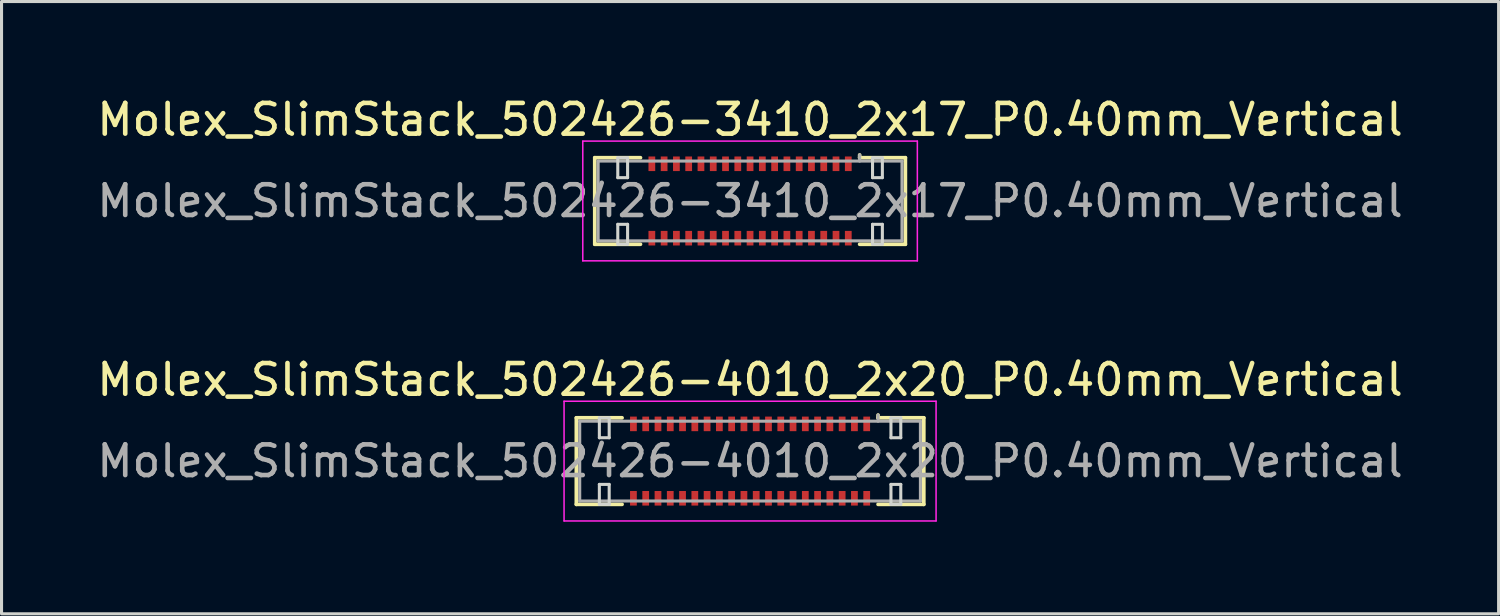
<source format=kicad_pcb>
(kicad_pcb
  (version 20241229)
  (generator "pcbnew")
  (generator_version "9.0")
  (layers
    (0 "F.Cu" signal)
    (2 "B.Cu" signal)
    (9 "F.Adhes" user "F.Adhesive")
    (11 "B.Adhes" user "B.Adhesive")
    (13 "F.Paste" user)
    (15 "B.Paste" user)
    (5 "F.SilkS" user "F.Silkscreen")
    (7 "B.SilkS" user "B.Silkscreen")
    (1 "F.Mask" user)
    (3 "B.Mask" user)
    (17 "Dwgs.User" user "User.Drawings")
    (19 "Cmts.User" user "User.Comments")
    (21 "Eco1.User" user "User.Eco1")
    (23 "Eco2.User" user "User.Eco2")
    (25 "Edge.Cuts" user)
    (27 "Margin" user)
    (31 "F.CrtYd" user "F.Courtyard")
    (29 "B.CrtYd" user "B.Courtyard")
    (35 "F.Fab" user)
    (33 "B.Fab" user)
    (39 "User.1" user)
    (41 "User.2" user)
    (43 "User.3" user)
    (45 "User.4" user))
  (footprint "Molex_SlimStack_502426-3410_2x17_P0.40mm_Vertical"
    (layer "F.Cu")
    (at 21.387 3.498)
    (property "Reference" "Molex_SlimStack_502426-3410_2x17_P0.40mm_Vertical" (at 0 -2.65 0) (layer "F.SilkS") (effects (font (size 1 1) (thickness 0.15))))
    (attr smd)
    (fp_line (start -5.06 -1.41) (end -3.57 -1.41) (stroke (width 0.12) (type solid)) (layer "F.SilkS"))
    (fp_line (start -5.06 1.41) (end -5.06 -1.41) (stroke (width 0.12) (type solid)) (layer "F.SilkS"))
    (fp_line (start -3.57 1.41) (end -5.06 1.41) (stroke (width 0.12) (type solid)) (layer "F.SilkS"))
    (fp_line (start 3.57 -1.41) (end 3.57 -1.5) (stroke (width 0.12) (type solid)) (layer "F.SilkS"))
    (fp_line (start 3.57 1.41) (end 5.06 1.41) (stroke (width 0.12) (type solid)) (layer "F.SilkS"))
    (fp_line (start 5.06 -1.41) (end 3.57 -1.41) (stroke (width 0.12) (type solid)) (layer "F.SilkS"))
    (fp_line (start 5.06 1.41) (end 5.06 -1.41) (stroke (width 0.12) (type solid)) (layer "F.SilkS"))
    (fp_line (start -4.31 -1.41) (end -4.31 -0.76) (stroke (width 0.1) (type solid)) (layer "Edge.Cuts"))
    (fp_line (start -4.31 -0.76) (end -3.99 -0.76) (stroke (width 0.1) (type solid)) (layer "Edge.Cuts"))
    (fp_line (start -4.31 0.76) (end -4.31 1.41) (stroke (width 0.1) (type solid)) (layer "Edge.Cuts"))
    (fp_line (start -4.31 1.41) (end -3.99 1.41) (stroke (width 0.1) (type solid)) (layer "Edge.Cuts"))
    (fp_line (start -3.99 -1.41) (end -4.31 -1.41) (stroke (width 0.1) (type solid)) (layer "Edge.Cuts"))
    (fp_line (start -3.99 -0.76) (end -3.99 -1.41) (stroke (width 0.1) (type solid)) (layer "Edge.Cuts"))
    (fp_line (start -3.99 0.76) (end -4.31 0.76) (stroke (width 0.1) (type solid)) (layer "Edge.Cuts"))
    (fp_line (start -3.99 1.41) (end -3.99 0.76) (stroke (width 0.1) (type solid)) (layer "Edge.Cuts"))
    (fp_line (start 3.99 -1.41) (end 3.99 -0.76) (stroke (width 0.1) (type solid)) (layer "Edge.Cuts"))
    (fp_line (start 3.99 -0.76) (end 4.31 -0.76) (stroke (width 0.1) (type solid)) (layer "Edge.Cuts"))
    (fp_line (start 3.99 0.76) (end 3.99 1.41) (stroke (width 0.1) (type solid)) (layer "Edge.Cuts"))
    (fp_line (start 3.99 1.41) (end 4.31 1.41) (stroke (width 0.1) (type solid)) (layer "Edge.Cuts"))
    (fp_line (start 4.31 -1.41) (end 3.99 -1.41) (stroke (width 0.1) (type solid)) (layer "Edge.Cuts"))
    (fp_line (start 4.31 -0.76) (end 4.31 -1.41) (stroke (width 0.1) (type solid)) (layer "Edge.Cuts"))
    (fp_line (start 4.31 0.76) (end 3.99 0.76) (stroke (width 0.1) (type solid)) (layer "Edge.Cuts"))
    (fp_line (start 4.31 1.41) (end 4.31 0.76) (stroke (width 0.1) (type solid)) (layer "Edge.Cuts"))
    (fp_line (start -5.45 -1.95) (end -5.45 1.95) (stroke (width 0.05) (type solid)) (layer "F.CrtYd"))
    (fp_line (start -5.45 1.95) (end 5.45 1.95) (stroke (width 0.05) (type solid)) (layer "F.CrtYd"))
    (fp_line (start 5.45 -1.95) (end -5.45 -1.95) (stroke (width 0.05) (type solid)) (layer "F.CrtYd"))
    (fp_line (start 5.45 1.95) (end 5.45 -1.95) (stroke (width 0.05) (type solid)) (layer "F.CrtYd"))
    (fp_line (start -4.95 -1.3) (end -4.95 1.3) (stroke (width 0.1) (type solid)) (layer "F.Fab"))
    (fp_line (start -4.95 1.3) (end 4.95 1.3) (stroke (width 0.1) (type solid)) (layer "F.Fab"))
    (fp_line (start 3.57 -1.3) (end 3.57 -1.5) (stroke (width 0.1) (type solid)) (layer "F.Fab"))
    (fp_line (start 4.95 -1.3) (end -4.95 -1.3) (stroke (width 0.1) (type solid)) (layer "F.Fab"))
    (fp_line (start 4.95 1.3) (end 4.95 -1.3) (stroke (width 0.1) (type solid)) (layer "F.Fab"))
    (fp_text user "${REFERENCE}" (at 0 0 0) (layer "F.Fab") (effects (font (size 1 1) (thickness 0.15))))
    (pad "1" smd rect (at 3.2 -1.212) (size 0.22 0.475) (layers "F.Cu" "F.Mask" "F.Paste"))
    (pad "2" smd rect (at 3.2 1.212) (size 0.22 0.475) (layers "F.Cu" "F.Mask" "F.Paste"))
    (pad "3" smd rect (at 2.8 -1.212) (size 0.22 0.475) (layers "F.Cu" "F.Mask" "F.Paste"))
    (pad "4" smd rect (at 2.8 1.212) (size 0.22 0.475) (layers "F.Cu" "F.Mask" "F.Paste"))
    (pad "5" smd rect (at 2.4 -1.212) (size 0.22 0.475) (layers "F.Cu" "F.Mask" "F.Paste"))
    (pad "6" smd rect (at 2.4 1.212) (size 0.22 0.475) (layers "F.Cu" "F.Mask" "F.Paste"))
    (pad "7" smd rect (at 2 -1.212) (size 0.22 0.475) (layers "F.Cu" "F.Mask" "F.Paste"))
    (pad "8" smd rect (at 2 1.212) (size 0.22 0.475) (layers "F.Cu" "F.Mask" "F.Paste"))
    (pad "9" smd rect (at 1.6 -1.212) (size 0.22 0.475) (layers "F.Cu" "F.Mask" "F.Paste"))
    (pad "10" smd rect (at 1.6 1.212) (size 0.22 0.475) (layers "F.Cu" "F.Mask" "F.Paste"))
    (pad "11" smd rect (at 1.2 -1.212) (size 0.22 0.475) (layers "F.Cu" "F.Mask" "F.Paste"))
    (pad "12" smd rect (at 1.2 1.212) (size 0.22 0.475) (layers "F.Cu" "F.Mask" "F.Paste"))
    (pad "13" smd rect (at 0.8 -1.212) (size 0.22 0.475) (layers "F.Cu" "F.Mask" "F.Paste"))
    (pad "14" smd rect (at 0.8 1.212) (size 0.22 0.475) (layers "F.Cu" "F.Mask" "F.Paste"))
    (pad "15" smd rect (at 0.4 -1.212) (size 0.22 0.475) (layers "F.Cu" "F.Mask" "F.Paste"))
    (pad "16" smd rect (at 0.4 1.212) (size 0.22 0.475) (layers "F.Cu" "F.Mask" "F.Paste"))
    (pad "17" smd rect (at 0 -1.212) (size 0.22 0.475) (layers "F.Cu" "F.Mask" "F.Paste"))
    (pad "18" smd rect (at 0 1.212) (size 0.22 0.475) (layers "F.Cu" "F.Mask" "F.Paste"))
    (pad "19" smd rect (at -0.4 -1.212) (size 0.22 0.475) (layers "F.Cu" "F.Mask" "F.Paste"))
    (pad "20" smd rect (at -0.4 1.212) (size 0.22 0.475) (layers "F.Cu" "F.Mask" "F.Paste"))
    (pad "21" smd rect (at -0.8 -1.212) (size 0.22 0.475) (layers "F.Cu" "F.Mask" "F.Paste"))
    (pad "22" smd rect (at -0.8 1.212) (size 0.22 0.475) (layers "F.Cu" "F.Mask" "F.Paste"))
    (pad "23" smd rect (at -1.2 -1.212) (size 0.22 0.475) (layers "F.Cu" "F.Mask" "F.Paste"))
    (pad "24" smd rect (at -1.2 1.212) (size 0.22 0.475) (layers "F.Cu" "F.Mask" "F.Paste"))
    (pad "25" smd rect (at -1.6 -1.212) (size 0.22 0.475) (layers "F.Cu" "F.Mask" "F.Paste"))
    (pad "26" smd rect (at -1.6 1.212) (size 0.22 0.475) (layers "F.Cu" "F.Mask" "F.Paste"))
    (pad "27" smd rect (at -2 -1.212) (size 0.22 0.475) (layers "F.Cu" "F.Mask" "F.Paste"))
    (pad "28" smd rect (at -2 1.212) (size 0.22 0.475) (layers "F.Cu" "F.Mask" "F.Paste"))
    (pad "29" smd rect (at -2.4 -1.212) (size 0.22 0.475) (layers "F.Cu" "F.Mask" "F.Paste"))
    (pad "30" smd rect (at -2.4 1.212) (size 0.22 0.475) (layers "F.Cu" "F.Mask" "F.Paste"))
    (pad "31" smd rect (at -2.8 -1.212) (size 0.22 0.475) (layers "F.Cu" "F.Mask" "F.Paste"))
    (pad "32" smd rect (at -2.8 1.212) (size 0.22 0.475) (layers "F.Cu" "F.Mask" "F.Paste"))
    (pad "33" smd rect (at -3.2 -1.212) (size 0.22 0.475) (layers "F.Cu" "F.Mask" "F.Paste"))
    (pad "34" smd rect (at -3.2 1.212) (size 0.22 0.475) (layers "F.Cu" "F.Mask" "F.Paste")))
  (footprint "Molex_SlimStack_502426-4010_2x20_P0.40mm_Vertical"
    (layer "F.Cu")
    (at 21.387 11.972)
    (property "Reference" "Molex_SlimStack_502426-4010_2x20_P0.40mm_Vertical" (at 0 -2.65 0) (layer "F.SilkS") (effects (font (size 1 1) (thickness 0.15))))
    (attr smd)
    (fp_line (start -5.66 -1.41) (end -4.17 -1.41) (stroke (width 0.12) (type solid)) (layer "F.SilkS"))
    (fp_line (start -5.66 1.41) (end -5.66 -1.41) (stroke (width 0.12) (type solid)) (layer "F.SilkS"))
    (fp_line (start -4.17 1.41) (end -5.66 1.41) (stroke (width 0.12) (type solid)) (layer "F.SilkS"))
    (fp_line (start 4.17 -1.41) (end 4.17 -1.5) (stroke (width 0.12) (type solid)) (layer "F.SilkS"))
    (fp_line (start 4.17 1.41) (end 5.66 1.41) (stroke (width 0.12) (type solid)) (layer "F.SilkS"))
    (fp_line (start 5.66 -1.41) (end 4.17 -1.41) (stroke (width 0.12) (type solid)) (layer "F.SilkS"))
    (fp_line (start 5.66 1.41) (end 5.66 -1.41) (stroke (width 0.12) (type solid)) (layer "F.SilkS"))
    (fp_line (start -4.91 -1.41) (end -4.91 -0.76) (stroke (width 0.1) (type solid)) (layer "Edge.Cuts"))
    (fp_line (start -4.91 -0.76) (end -4.59 -0.76) (stroke (width 0.1) (type solid)) (layer "Edge.Cuts"))
    (fp_line (start -4.91 0.76) (end -4.91 1.41) (stroke (width 0.1) (type solid)) (layer "Edge.Cuts"))
    (fp_line (start -4.91 1.41) (end -4.59 1.41) (stroke (width 0.1) (type solid)) (layer "Edge.Cuts"))
    (fp_line (start -4.59 -1.41) (end -4.91 -1.41) (stroke (width 0.1) (type solid)) (layer "Edge.Cuts"))
    (fp_line (start -4.59 -0.76) (end -4.59 -1.41) (stroke (width 0.1) (type solid)) (layer "Edge.Cuts"))
    (fp_line (start -4.59 0.76) (end -4.91 0.76) (stroke (width 0.1) (type solid)) (layer "Edge.Cuts"))
    (fp_line (start -4.59 1.41) (end -4.59 0.76) (stroke (width 0.1) (type solid)) (layer "Edge.Cuts"))
    (fp_line (start 4.59 -1.41) (end 4.59 -0.76) (stroke (width 0.1) (type solid)) (layer "Edge.Cuts"))
    (fp_line (start 4.59 -0.76) (end 4.91 -0.76) (stroke (width 0.1) (type solid)) (layer "Edge.Cuts"))
    (fp_line (start 4.59 0.76) (end 4.59 1.41) (stroke (width 0.1) (type solid)) (layer "Edge.Cuts"))
    (fp_line (start 4.59 1.41) (end 4.91 1.41) (stroke (width 0.1) (type solid)) (layer "Edge.Cuts"))
    (fp_line (start 4.91 -1.41) (end 4.59 -1.41) (stroke (width 0.1) (type solid)) (layer "Edge.Cuts"))
    (fp_line (start 4.91 -0.76) (end 4.91 -1.41) (stroke (width 0.1) (type solid)) (layer "Edge.Cuts"))
    (fp_line (start 4.91 0.76) (end 4.59 0.76) (stroke (width 0.1) (type solid)) (layer "Edge.Cuts"))
    (fp_line (start 4.91 1.41) (end 4.91 0.76) (stroke (width 0.1) (type solid)) (layer "Edge.Cuts"))
    (fp_line (start -6.06 -1.95) (end -6.06 1.95) (stroke (width 0.05) (type solid)) (layer "F.CrtYd"))
    (fp_line (start -6.06 1.95) (end 6.06 1.95) (stroke (width 0.05) (type solid)) (layer "F.CrtYd"))
    (fp_line (start 6.06 -1.95) (end -6.06 -1.95) (stroke (width 0.05) (type solid)) (layer "F.CrtYd"))
    (fp_line (start 6.06 1.95) (end 6.06 -1.95) (stroke (width 0.05) (type solid)) (layer "F.CrtYd"))
    (fp_line (start -5.55 -1.3) (end -5.55 1.3) (stroke (width 0.1) (type solid)) (layer "F.Fab"))
    (fp_line (start -5.55 1.3) (end 5.55 1.3) (stroke (width 0.1) (type solid)) (layer "F.Fab"))
    (fp_line (start 4.17 -1.3) (end 4.17 -1.5) (stroke (width 0.1) (type solid)) (layer "F.Fab"))
    (fp_line (start 5.55 -1.3) (end -5.55 -1.3) (stroke (width 0.1) (type solid)) (layer "F.Fab"))
    (fp_line (start 5.55 1.3) (end 5.55 -1.3) (stroke (width 0.1) (type solid)) (layer "F.Fab"))
    (fp_text user "${REFERENCE}" (at 0 0 0) (layer "F.Fab") (effects (font (size 1 1) (thickness 0.15))))
    (pad "1" smd rect (at 3.8 -1.212) (size 0.22 0.475) (layers "F.Cu" "F.Mask" "F.Paste"))
    (pad "2" smd rect (at 3.8 1.212) (size 0.22 0.475) (layers "F.Cu" "F.Mask" "F.Paste"))
    (pad "3" smd rect (at 3.4 -1.212) (size 0.22 0.475) (layers "F.Cu" "F.Mask" "F.Paste"))
    (pad "4" smd rect (at 3.4 1.212) (size 0.22 0.475) (layers "F.Cu" "F.Mask" "F.Paste"))
    (pad "5" smd rect (at 3 -1.212) (size 0.22 0.475) (layers "F.Cu" "F.Mask" "F.Paste"))
    (pad "6" smd rect (at 3 1.212) (size 0.22 0.475) (layers "F.Cu" "F.Mask" "F.Paste"))
    (pad "7" smd rect (at 2.6 -1.212) (size 0.22 0.475) (layers "F.Cu" "F.Mask" "F.Paste"))
    (pad "8" smd rect (at 2.6 1.212) (size 0.22 0.475) (layers "F.Cu" "F.Mask" "F.Paste"))
    (pad "9" smd rect (at 2.2 -1.212) (size 0.22 0.475) (layers "F.Cu" "F.Mask" "F.Paste"))
    (pad "10" smd rect (at 2.2 1.212) (size 0.22 0.475) (layers "F.Cu" "F.Mask" "F.Paste"))
    (pad "11" smd rect (at 1.8 -1.212) (size 0.22 0.475) (layers "F.Cu" "F.Mask" "F.Paste"))
    (pad "12" smd rect (at 1.8 1.212) (size 0.22 0.475) (layers "F.Cu" "F.Mask" "F.Paste"))
    (pad "13" smd rect (at 1.4 -1.212) (size 0.22 0.475) (layers "F.Cu" "F.Mask" "F.Paste"))
    (pad "14" smd rect (at 1.4 1.212) (size 0.22 0.475) (layers "F.Cu" "F.Mask" "F.Paste"))
    (pad "15" smd rect (at 1 -1.212) (size 0.22 0.475) (layers "F.Cu" "F.Mask" "F.Paste"))
    (pad "16" smd rect (at 1 1.212) (size 0.22 0.475) (layers "F.Cu" "F.Mask" "F.Paste"))
    (pad "17" smd rect (at 0.6 -1.212) (size 0.22 0.475) (layers "F.Cu" "F.Mask" "F.Paste"))
    (pad "18" smd rect (at 0.6 1.212) (size 0.22 0.475) (layers "F.Cu" "F.Mask" "F.Paste"))
    (pad "19" smd rect (at 0.2 -1.212) (size 0.22 0.475) (layers "F.Cu" "F.Mask" "F.Paste"))
    (pad "20" smd rect (at 0.2 1.212) (size 0.22 0.475) (layers "F.Cu" "F.Mask" "F.Paste"))
    (pad "21" smd rect (at -0.2 -1.212) (size 0.22 0.475) (layers "F.Cu" "F.Mask" "F.Paste"))
    (pad "22" smd rect (at -0.2 1.212) (size 0.22 0.475) (layers "F.Cu" "F.Mask" "F.Paste"))
    (pad "23" smd rect (at -0.6 -1.212) (size 0.22 0.475) (layers "F.Cu" "F.Mask" "F.Paste"))
    (pad "24" smd rect (at -0.6 1.212) (size 0.22 0.475) (layers "F.Cu" "F.Mask" "F.Paste"))
    (pad "25" smd rect (at -1 -1.212) (size 0.22 0.475) (layers "F.Cu" "F.Mask" "F.Paste"))
    (pad "26" smd rect (at -1 1.212) (size 0.22 0.475) (layers "F.Cu" "F.Mask" "F.Paste"))
    (pad "27" smd rect (at -1.4 -1.212) (size 0.22 0.475) (layers "F.Cu" "F.Mask" "F.Paste"))
    (pad "28" smd rect (at -1.4 1.212) (size 0.22 0.475) (layers "F.Cu" "F.Mask" "F.Paste"))
    (pad "29" smd rect (at -1.8 -1.212) (size 0.22 0.475) (layers "F.Cu" "F.Mask" "F.Paste"))
    (pad "30" smd rect (at -1.8 1.212) (size 0.22 0.475) (layers "F.Cu" "F.Mask" "F.Paste"))
    (pad "31" smd rect (at -2.2 -1.212) (size 0.22 0.475) (layers "F.Cu" "F.Mask" "F.Paste"))
    (pad "32" smd rect (at -2.2 1.212) (size 0.22 0.475) (layers "F.Cu" "F.Mask" "F.Paste"))
    (pad "33" smd rect (at -2.6 -1.212) (size 0.22 0.475) (layers "F.Cu" "F.Mask" "F.Paste"))
    (pad "34" smd rect (at -2.6 1.212) (size 0.22 0.475) (layers "F.Cu" "F.Mask" "F.Paste"))
    (pad "35" smd rect (at -3 -1.212) (size 0.22 0.475) (layers "F.Cu" "F.Mask" "F.Paste"))
    (pad "36" smd rect (at -3 1.212) (size 0.22 0.475) (layers "F.Cu" "F.Mask" "F.Paste"))
    (pad "37" smd rect (at -3.4 -1.212) (size 0.22 0.475) (layers "F.Cu" "F.Mask" "F.Paste"))
    (pad "38" smd rect (at -3.4 1.212) (size 0.22 0.475) (layers "F.Cu" "F.Mask" "F.Paste"))
    (pad "39" smd rect (at -3.8 -1.212) (size 0.22 0.475) (layers "F.Cu" "F.Mask" "F.Paste"))
    (pad "40" smd rect (at -3.8 1.212) (size 0.22 0.475) (layers "F.Cu" "F.Mask" "F.Paste")))
  (gr_rect
    (start -3 -3)
    (end 45.774 16.947)
    (stroke (width 0.1) (type default))
    (fill no)
    (layer "Edge.Cuts")))
</source>
